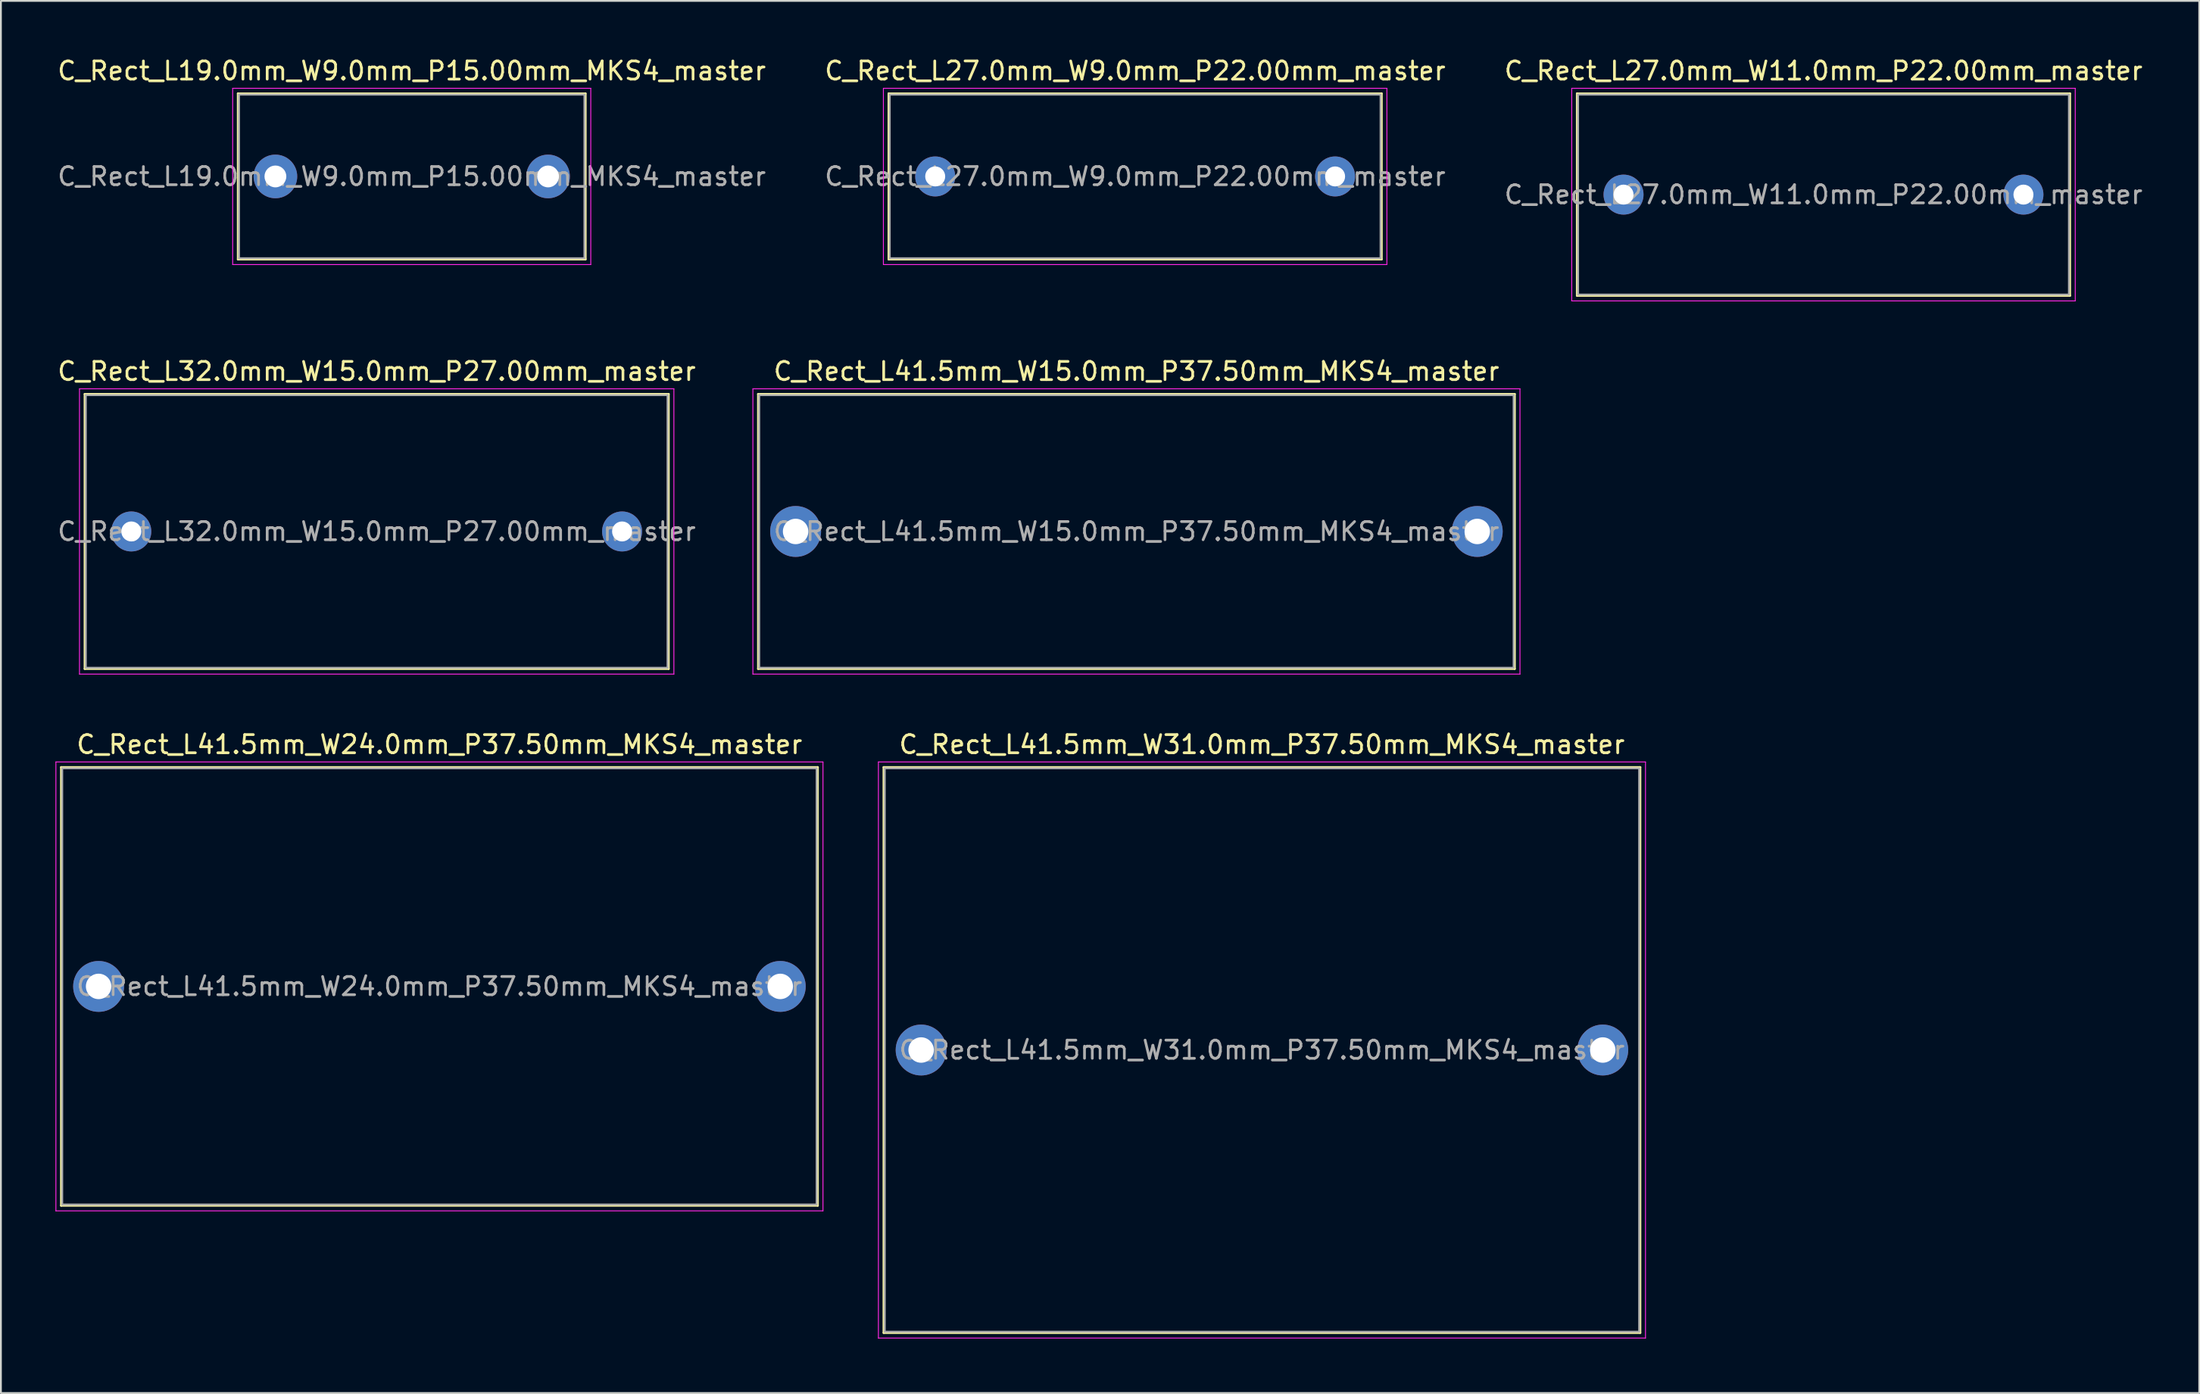
<source format=kicad_pcb>
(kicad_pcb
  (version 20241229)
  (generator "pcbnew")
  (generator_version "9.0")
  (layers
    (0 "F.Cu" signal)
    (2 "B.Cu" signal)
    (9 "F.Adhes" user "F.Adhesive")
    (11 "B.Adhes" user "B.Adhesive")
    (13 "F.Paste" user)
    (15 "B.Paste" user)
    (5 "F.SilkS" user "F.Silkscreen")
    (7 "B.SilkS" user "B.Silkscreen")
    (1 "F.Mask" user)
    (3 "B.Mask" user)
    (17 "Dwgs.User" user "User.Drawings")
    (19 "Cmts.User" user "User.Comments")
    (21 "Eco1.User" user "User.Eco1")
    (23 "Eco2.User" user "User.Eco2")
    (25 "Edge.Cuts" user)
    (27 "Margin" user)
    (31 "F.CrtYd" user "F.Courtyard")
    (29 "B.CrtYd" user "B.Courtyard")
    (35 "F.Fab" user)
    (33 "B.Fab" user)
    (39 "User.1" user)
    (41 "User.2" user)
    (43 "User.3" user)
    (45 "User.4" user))
  (footprint "C_Rect_L19.0mm_W9.0mm_P15.00mm_MKS4_master"
    (layer "F.Cu")
    (at 12.101 6.658)
    (property "Reference" "C_Rect_L19.0mm_W9.0mm_P15.00mm_MKS4_master" (at 7.5 -5.81 0) (layer "F.SilkS") (effects (font (size 1 1) (thickness 0.15))))
    (attr through_hole)
    (fp_line (start -2.06 -4.56) (end -2.06 4.56) (stroke (width 0.12) (type solid)) (layer "F.SilkS"))
    (fp_line (start -2.06 -4.56) (end 17.06 -4.56) (stroke (width 0.12) (type solid)) (layer "F.SilkS"))
    (fp_line (start -2.06 4.56) (end 17.06 4.56) (stroke (width 0.12) (type solid)) (layer "F.SilkS"))
    (fp_line (start 17.06 -4.56) (end 17.06 4.56) (stroke (width 0.12) (type solid)) (layer "F.SilkS"))
    (fp_line (start -2.35 -4.85) (end -2.35 4.85) (stroke (width 0.05) (type solid)) (layer "F.CrtYd"))
    (fp_line (start -2.35 4.85) (end 17.35 4.85) (stroke (width 0.05) (type solid)) (layer "F.CrtYd"))
    (fp_line (start 17.35 -4.85) (end -2.35 -4.85) (stroke (width 0.05) (type solid)) (layer "F.CrtYd"))
    (fp_line (start 17.35 4.85) (end 17.35 -4.85) (stroke (width 0.05) (type solid)) (layer "F.CrtYd"))
    (fp_line (start -2 -4.5) (end -2 4.5) (stroke (width 0.1) (type solid)) (layer "F.Fab"))
    (fp_line (start -2 4.5) (end 17 4.5) (stroke (width 0.1) (type solid)) (layer "F.Fab"))
    (fp_line (start 17 -4.5) (end -2 -4.5) (stroke (width 0.1) (type solid)) (layer "F.Fab"))
    (fp_line (start 17 4.5) (end 17 -4.5) (stroke (width 0.1) (type solid)) (layer "F.Fab"))
    (fp_text user "${REFERENCE}" (at 7.5 0 0) (layer "F.Fab") (effects (font (size 1 1) (thickness 0.15))))
    (pad "1" thru_hole circle (at 0 0) (size 2.4 2.4) (drill 1.2) (layers "*.Cu" "*.Mask"))
    (pad "2" thru_hole circle (at 15 0) (size 2.4 2.4) (drill 1.2) (layers "*.Cu" "*.Mask")))
  (footprint "C_Rect_L27.0mm_W11.0mm_P22.00mm_master"
    (layer "F.Cu")
    (at 86.268 7.658)
    (property "Reference" "C_Rect_L27.0mm_W11.0mm_P22.00mm_master" (at 11 -6.81 0) (layer "F.SilkS") (effects (font (size 1 1) (thickness 0.15))))
    (attr through_hole)
    (fp_line (start -2.56 -5.56) (end -2.56 5.56) (stroke (width 0.12) (type solid)) (layer "F.SilkS"))
    (fp_line (start -2.56 -5.56) (end 24.56 -5.56) (stroke (width 0.12) (type solid)) (layer "F.SilkS"))
    (fp_line (start -2.56 5.56) (end 24.56 5.56) (stroke (width 0.12) (type solid)) (layer "F.SilkS"))
    (fp_line (start 24.56 -5.56) (end 24.56 5.56) (stroke (width 0.12) (type solid)) (layer "F.SilkS"))
    (fp_line (start -2.85 -5.85) (end -2.85 5.85) (stroke (width 0.05) (type solid)) (layer "F.CrtYd"))
    (fp_line (start -2.85 5.85) (end 24.85 5.85) (stroke (width 0.05) (type solid)) (layer "F.CrtYd"))
    (fp_line (start 24.85 -5.85) (end -2.85 -5.85) (stroke (width 0.05) (type solid)) (layer "F.CrtYd"))
    (fp_line (start 24.85 5.85) (end 24.85 -5.85) (stroke (width 0.05) (type solid)) (layer "F.CrtYd"))
    (fp_line (start -2.5 -5.5) (end -2.5 5.5) (stroke (width 0.1) (type solid)) (layer "F.Fab"))
    (fp_line (start -2.5 5.5) (end 24.5 5.5) (stroke (width 0.1) (type solid)) (layer "F.Fab"))
    (fp_line (start 24.5 -5.5) (end -2.5 -5.5) (stroke (width 0.1) (type solid)) (layer "F.Fab"))
    (fp_line (start 24.5 5.5) (end 24.5 -5.5) (stroke (width 0.1) (type solid)) (layer "F.Fab"))
    (fp_text user "${REFERENCE}" (at 11 0 0) (layer "F.Fab") (effects (font (size 1 1) (thickness 0.15))))
    (pad "1" thru_hole circle (at 0 0) (size 2.2 2.2) (drill 1.1) (layers "*.Cu" "*.Mask"))
    (pad "2" thru_hole circle (at 22 0) (size 2.2 2.2) (drill 1.1) (layers "*.Cu" "*.Mask")))
  (footprint "C_Rect_L41.5mm_W31.0mm_P37.50mm_MKS4_master"
    (layer "F.Cu")
    (at 47.625 54.725)
    (property "Reference" "C_Rect_L41.5mm_W31.0mm_P37.50mm_MKS4_master" (at 18.75 -16.81 0) (layer "F.SilkS") (effects (font (size 1 1) (thickness 0.15))))
    (attr through_hole)
    (fp_line (start -2.06 -15.56) (end -2.06 15.56) (stroke (width 0.12) (type solid)) (layer "F.SilkS"))
    (fp_line (start -2.06 -15.56) (end 39.56 -15.56) (stroke (width 0.12) (type solid)) (layer "F.SilkS"))
    (fp_line (start -2.06 15.56) (end 39.56 15.56) (stroke (width 0.12) (type solid)) (layer "F.SilkS"))
    (fp_line (start 39.56 -15.56) (end 39.56 15.56) (stroke (width 0.12) (type solid)) (layer "F.SilkS"))
    (fp_line (start -2.35 -15.85) (end -2.35 15.85) (stroke (width 0.05) (type solid)) (layer "F.CrtYd"))
    (fp_line (start -2.35 15.85) (end 39.85 15.85) (stroke (width 0.05) (type solid)) (layer "F.CrtYd"))
    (fp_line (start 39.85 -15.85) (end -2.35 -15.85) (stroke (width 0.05) (type solid)) (layer "F.CrtYd"))
    (fp_line (start 39.85 15.85) (end 39.85 -15.85) (stroke (width 0.05) (type solid)) (layer "F.CrtYd"))
    (fp_line (start -2 -15.5) (end -2 15.5) (stroke (width 0.1) (type solid)) (layer "F.Fab"))
    (fp_line (start -2 15.5) (end 39.5 15.5) (stroke (width 0.1) (type solid)) (layer "F.Fab"))
    (fp_line (start 39.5 -15.5) (end -2 -15.5) (stroke (width 0.1) (type solid)) (layer "F.Fab"))
    (fp_line (start 39.5 15.5) (end 39.5 -15.5) (stroke (width 0.1) (type solid)) (layer "F.Fab"))
    (fp_text user "${REFERENCE}" (at 18.75 0 0) (layer "F.Fab") (effects (font (size 1 1) (thickness 0.15))))
    (pad "1" thru_hole circle (at 0 0) (size 2.8 2.8) (drill 1.4) (layers "*.Cu" "*.Mask"))
    (pad "2" thru_hole circle (at 37.5 0) (size 2.8 2.8) (drill 1.4) (layers "*.Cu" "*.Mask")))
  (footprint "C_Rect_L41.5mm_W24.0mm_P37.50mm_MKS4_master"
    (layer "F.Cu")
    (at 2.375 51.225)
    (property "Reference" "C_Rect_L41.5mm_W24.0mm_P37.50mm_MKS4_master" (at 18.75 -13.31 0) (layer "F.SilkS") (effects (font (size 1 1) (thickness 0.15))))
    (attr through_hole)
    (fp_line (start -2.06 -12.06) (end -2.06 12.06) (stroke (width 0.12) (type solid)) (layer "F.SilkS"))
    (fp_line (start -2.06 -12.06) (end 39.56 -12.06) (stroke (width 0.12) (type solid)) (layer "F.SilkS"))
    (fp_line (start -2.06 12.06) (end 39.56 12.06) (stroke (width 0.12) (type solid)) (layer "F.SilkS"))
    (fp_line (start 39.56 -12.06) (end 39.56 12.06) (stroke (width 0.12) (type solid)) (layer "F.SilkS"))
    (fp_line (start -2.35 -12.35) (end -2.35 12.35) (stroke (width 0.05) (type solid)) (layer "F.CrtYd"))
    (fp_line (start -2.35 12.35) (end 39.85 12.35) (stroke (width 0.05) (type solid)) (layer "F.CrtYd"))
    (fp_line (start 39.85 -12.35) (end -2.35 -12.35) (stroke (width 0.05) (type solid)) (layer "F.CrtYd"))
    (fp_line (start 39.85 12.35) (end 39.85 -12.35) (stroke (width 0.05) (type solid)) (layer "F.CrtYd"))
    (fp_line (start -2 -12) (end -2 12) (stroke (width 0.1) (type solid)) (layer "F.Fab"))
    (fp_line (start -2 12) (end 39.5 12) (stroke (width 0.1) (type solid)) (layer "F.Fab"))
    (fp_line (start 39.5 -12) (end -2 -12) (stroke (width 0.1) (type solid)) (layer "F.Fab"))
    (fp_line (start 39.5 12) (end 39.5 -12) (stroke (width 0.1) (type solid)) (layer "F.Fab"))
    (fp_text user "${REFERENCE}" (at 18.75 0 0) (layer "F.Fab") (effects (font (size 1 1) (thickness 0.15))))
    (pad "1" thru_hole circle (at 0 0) (size 2.8 2.8) (drill 1.4) (layers "*.Cu" "*.Mask"))
    (pad "2" thru_hole circle (at 37.5 0) (size 2.8 2.8) (drill 1.4) (layers "*.Cu" "*.Mask")))
  (footprint "C_Rect_L27.0mm_W9.0mm_P22.00mm_master"
    (layer "F.Cu")
    (at 48.399 6.658)
    (property "Reference" "C_Rect_L27.0mm_W9.0mm_P22.00mm_master" (at 11 -5.81 0) (layer "F.SilkS") (effects (font (size 1 1) (thickness 0.15))))
    (attr through_hole)
    (fp_line (start -2.56 -4.56) (end -2.56 4.56) (stroke (width 0.12) (type solid)) (layer "F.SilkS"))
    (fp_line (start -2.56 -4.56) (end 24.56 -4.56) (stroke (width 0.12) (type solid)) (layer "F.SilkS"))
    (fp_line (start -2.56 4.56) (end 24.56 4.56) (stroke (width 0.12) (type solid)) (layer "F.SilkS"))
    (fp_line (start 24.56 -4.56) (end 24.56 4.56) (stroke (width 0.12) (type solid)) (layer "F.SilkS"))
    (fp_line (start -2.85 -4.85) (end -2.85 4.85) (stroke (width 0.05) (type solid)) (layer "F.CrtYd"))
    (fp_line (start -2.85 4.85) (end 24.85 4.85) (stroke (width 0.05) (type solid)) (layer "F.CrtYd"))
    (fp_line (start 24.85 -4.85) (end -2.85 -4.85) (stroke (width 0.05) (type solid)) (layer "F.CrtYd"))
    (fp_line (start 24.85 4.85) (end 24.85 -4.85) (stroke (width 0.05) (type solid)) (layer "F.CrtYd"))
    (fp_line (start -2.5 -4.5) (end -2.5 4.5) (stroke (width 0.1) (type solid)) (layer "F.Fab"))
    (fp_line (start -2.5 4.5) (end 24.5 4.5) (stroke (width 0.1) (type solid)) (layer "F.Fab"))
    (fp_line (start 24.5 -4.5) (end -2.5 -4.5) (stroke (width 0.1) (type solid)) (layer "F.Fab"))
    (fp_line (start 24.5 4.5) (end 24.5 -4.5) (stroke (width 0.1) (type solid)) (layer "F.Fab"))
    (fp_text user "${REFERENCE}" (at 11 0 0) (layer "F.Fab") (effects (font (size 1 1) (thickness 0.15))))
    (pad "1" thru_hole circle (at 0 0) (size 2.2 2.2) (drill 1.1) (layers "*.Cu" "*.Mask"))
    (pad "2" thru_hole circle (at 22 0) (size 2.2 2.2) (drill 1.1) (layers "*.Cu" "*.Mask")))
  (footprint "C_Rect_L32.0mm_W15.0mm_P27.00mm_master"
    (layer "F.Cu")
    (at 4.173 26.192)
    (property "Reference" "C_Rect_L32.0mm_W15.0mm_P27.00mm_master" (at 13.5 -8.81 0) (layer "F.SilkS") (effects (font (size 1 1) (thickness 0.15))))
    (attr through_hole)
    (fp_line (start -2.56 -7.56) (end -2.56 7.56) (stroke (width 0.12) (type solid)) (layer "F.SilkS"))
    (fp_line (start -2.56 -7.56) (end 29.56 -7.56) (stroke (width 0.12) (type solid)) (layer "F.SilkS"))
    (fp_line (start -2.56 7.56) (end 29.56 7.56) (stroke (width 0.12) (type solid)) (layer "F.SilkS"))
    (fp_line (start 29.56 -7.56) (end 29.56 7.56) (stroke (width 0.12) (type solid)) (layer "F.SilkS"))
    (fp_line (start -2.85 -7.85) (end -2.85 7.85) (stroke (width 0.05) (type solid)) (layer "F.CrtYd"))
    (fp_line (start -2.85 7.85) (end 29.85 7.85) (stroke (width 0.05) (type solid)) (layer "F.CrtYd"))
    (fp_line (start 29.85 -7.85) (end -2.85 -7.85) (stroke (width 0.05) (type solid)) (layer "F.CrtYd"))
    (fp_line (start 29.85 7.85) (end 29.85 -7.85) (stroke (width 0.05) (type solid)) (layer "F.CrtYd"))
    (fp_line (start -2.5 -7.5) (end -2.5 7.5) (stroke (width 0.1) (type solid)) (layer "F.Fab"))
    (fp_line (start -2.5 7.5) (end 29.5 7.5) (stroke (width 0.1) (type solid)) (layer "F.Fab"))
    (fp_line (start 29.5 -7.5) (end -2.5 -7.5) (stroke (width 0.1) (type solid)) (layer "F.Fab"))
    (fp_line (start 29.5 7.5) (end 29.5 -7.5) (stroke (width 0.1) (type solid)) (layer "F.Fab"))
    (fp_text user "${REFERENCE}" (at 13.5 0 0) (layer "F.Fab") (effects (font (size 1 1) (thickness 0.15))))
    (pad "1" thru_hole circle (at 0 0) (size 2.2 2.2) (drill 1.1) (layers "*.Cu" "*.Mask"))
    (pad "2" thru_hole circle (at 27 0) (size 2.2 2.2) (drill 1.1) (layers "*.Cu" "*.Mask")))
  (footprint "C_Rect_L41.5mm_W15.0mm_P37.50mm_MKS4_master"
    (layer "F.Cu")
    (at 40.72 26.192)
    (property "Reference" "C_Rect_L41.5mm_W15.0mm_P37.50mm_MKS4_master" (at 18.75 -8.81 0) (layer "F.SilkS") (effects (font (size 1 1) (thickness 0.15))))
    (attr through_hole)
    (fp_line (start -2.06 -7.56) (end -2.06 7.56) (stroke (width 0.12) (type solid)) (layer "F.SilkS"))
    (fp_line (start -2.06 -7.56) (end 39.56 -7.56) (stroke (width 0.12) (type solid)) (layer "F.SilkS"))
    (fp_line (start -2.06 7.56) (end 39.56 7.56) (stroke (width 0.12) (type solid)) (layer "F.SilkS"))
    (fp_line (start 39.56 -7.56) (end 39.56 7.56) (stroke (width 0.12) (type solid)) (layer "F.SilkS"))
    (fp_line (start -2.35 -7.85) (end -2.35 7.85) (stroke (width 0.05) (type solid)) (layer "F.CrtYd"))
    (fp_line (start -2.35 7.85) (end 39.85 7.85) (stroke (width 0.05) (type solid)) (layer "F.CrtYd"))
    (fp_line (start 39.85 -7.85) (end -2.35 -7.85) (stroke (width 0.05) (type solid)) (layer "F.CrtYd"))
    (fp_line (start 39.85 7.85) (end 39.85 -7.85) (stroke (width 0.05) (type solid)) (layer "F.CrtYd"))
    (fp_line (start -2 -7.5) (end -2 7.5) (stroke (width 0.1) (type solid)) (layer "F.Fab"))
    (fp_line (start -2 7.5) (end 39.5 7.5) (stroke (width 0.1) (type solid)) (layer "F.Fab"))
    (fp_line (start 39.5 -7.5) (end -2 -7.5) (stroke (width 0.1) (type solid)) (layer "F.Fab"))
    (fp_line (start 39.5 7.5) (end 39.5 -7.5) (stroke (width 0.1) (type solid)) (layer "F.Fab"))
    (fp_text user "${REFERENCE}" (at 18.75 0 0) (layer "F.Fab") (effects (font (size 1 1) (thickness 0.15))))
    (pad "1" thru_hole circle (at 0 0) (size 2.8 2.8) (drill 1.4) (layers "*.Cu" "*.Mask"))
    (pad "2" thru_hole circle (at 37.5 0) (size 2.8 2.8) (drill 1.4) (layers "*.Cu" "*.Mask")))
  (gr_rect
    (start -3 -3)
    (end 117.94 73.6)
    (stroke (width 0.1) (type default))
    (fill no)
    (layer "Edge.Cuts")))
</source>
